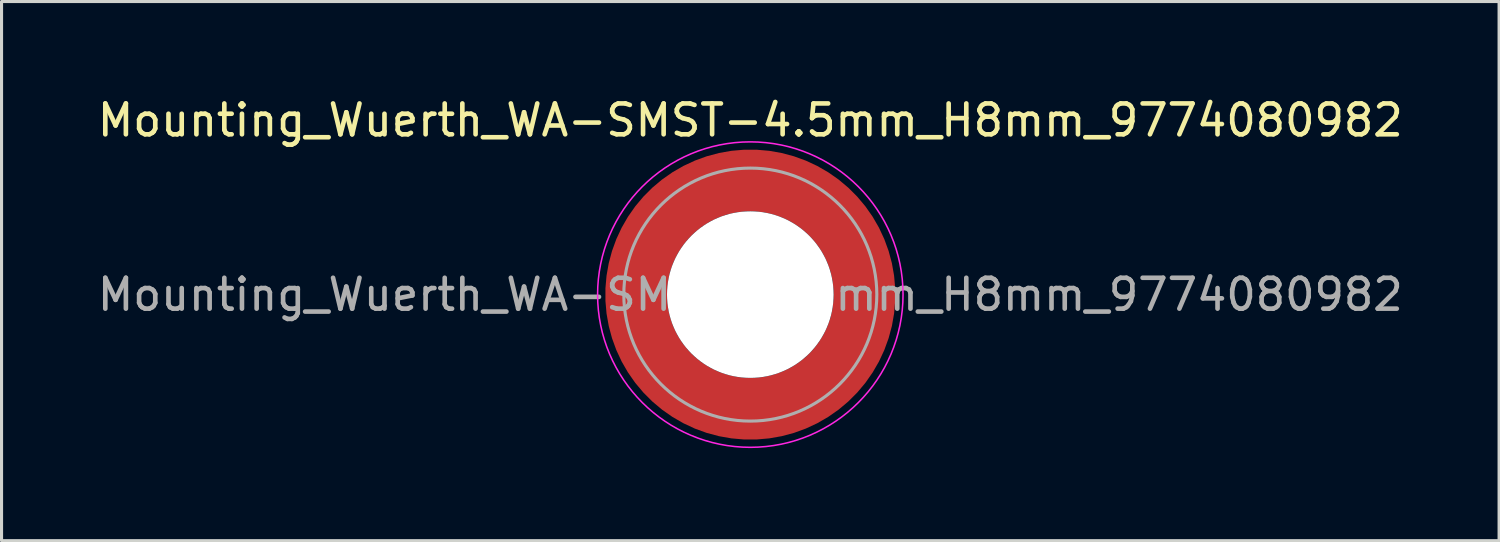
<source format=kicad_pcb>
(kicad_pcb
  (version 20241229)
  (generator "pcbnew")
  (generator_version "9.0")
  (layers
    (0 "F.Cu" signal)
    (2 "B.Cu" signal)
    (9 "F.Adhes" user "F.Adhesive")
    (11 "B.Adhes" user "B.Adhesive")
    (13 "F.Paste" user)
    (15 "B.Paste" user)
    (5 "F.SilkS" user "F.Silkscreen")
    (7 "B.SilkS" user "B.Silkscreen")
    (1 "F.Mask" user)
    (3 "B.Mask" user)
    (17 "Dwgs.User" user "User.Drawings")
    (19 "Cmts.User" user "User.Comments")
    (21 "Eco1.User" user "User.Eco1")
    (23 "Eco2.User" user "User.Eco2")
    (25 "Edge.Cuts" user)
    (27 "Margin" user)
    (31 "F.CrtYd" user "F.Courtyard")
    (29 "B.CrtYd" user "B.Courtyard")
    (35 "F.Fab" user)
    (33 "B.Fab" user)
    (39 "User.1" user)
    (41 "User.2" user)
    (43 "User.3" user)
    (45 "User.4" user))
  (footprint "Mounting_Wuerth_WA-SMST-4.5mm_H8mm_9774080982"
    (layer "F.Cu")
    (at 21.268 6.498)
    (property "Reference" "Mounting_Wuerth_WA-SMST-4.5mm_H8mm_9774080982" (at 0 -5.65 0) (layer "F.SilkS") (effects (font (size 1 1) (thickness 0.15))))
    (attr smd allow_soldermask_bridges)
    (fp_circle (center 0 0) (end 4.95 0) (stroke (width 0.05) (type solid)) (fill no) (layer "F.CrtYd"))
    (fp_circle (center 0 0) (end 4.1 0) (stroke (width 0.1) (type solid)) (fill no) (layer "F.Fab"))
    (fp_text user "${REFERENCE}" (at 0 0 0) (layer "F.Fab") (effects (font (size 1 1) (thickness 0.15))))
    (pad "" smd custom (at -2.607 -2.607) (size 0.948 0.948) (layers "F.Paste") (options (anchor circle)) (primitives (gr_arc (start -0.188183 2.107456) (mid 0.599273 0.599273) (end 2.107456 -0.188183) (width 0.2)) (gr_arc (start -0.289416 2.107456) (mid 0.52877 0.52877) (end 2.107456 -0.289416) (width 0.2)) (gr_arc (start -0.390547 2.107456) (mid 0.458268 0.458268) (end 2.107456 -0.390547) (width 0.2)) (gr_arc (start -0.491585 2.107456) (mid 0.387765 0.387765) (end 2.107456 -0.491585) (width 0.2)) (gr_arc (start -0.59254 2.107456) (mid 0.317262 0.317262) (end 2.107456 -0.59254) (width 0.2)) (gr_arc (start -0.693419 2.107456) (mid 0.246759 0.246759) (end 2.107456 -0.693419) (width 0.2)) (gr_arc (start -0.794229 2.107456) (mid 0.176257 0.176257) (end 2.107456 -0.794229) (width 0.2)) (gr_arc (start -0.894975 2.107456) (mid 0.105754 0.105754) (end 2.107456 -0.894975) (width 0.2)) (gr_arc (start -0.995664 2.107456) (mid 0.035251 0.035251) (end 2.107456 -0.995664) (width 0.2)) (gr_arc (start -1.0963 2.107456) (mid -0.035251 -0.035251) (end 2.107456 -1.0963) (width 0.2)) (gr_arc (start -1.196886 2.107456) (mid -0.105754 -0.105754) (end 2.107456 -1.196886) (width 0.2)) (gr_arc (start -1.297427 2.107456) (mid -0.176257 -0.176257) (end 2.107456 -1.297427) (width 0.2)) (gr_arc (start -1.397927 2.107456) (mid -0.246759 -0.246759) (end 2.107456 -1.397927) (width 0.2)) (gr_arc (start -1.498388 2.107456) (mid -0.317262 -0.317262) (end 2.107456 -1.498388) (width 0.2)) (gr_arc (start -1.598813 2.107456) (mid -0.387765 -0.387765) (end 2.107456 -1.598813) (width 0.2)) (gr_arc (start -1.699204 2.107456) (mid -0.458268 -0.458268) (end 2.107456 -1.699204) (width 0.2)) (gr_arc (start -1.799565 2.107456) (mid -0.52877 -0.52877) (end 2.107456 -1.799565) (width 0.2)) (gr_arc (start -1.899896 2.107456) (mid -0.599273 -0.599273) (end 2.107456 -1.899896) (width 0.2)) (gr_arc (start -1.899896 2.107456) (mid -0.599273 -0.599273) (end 2.107456 -1.899896) (width 0.2)) (gr_line (start 2.107 -0.188) (end 2.107 -1.9) (width 0.2)) (gr_line (start -0.188 2.107) (end -1.9 2.107) (width 0.2))))
    (pad "" smd custom (at -2.607 2.607) (size 0.948 0.948) (layers "F.Paste") (options (anchor circle)) (primitives (gr_arc (start 2.107456 0.188183) (mid 0.599273 -0.599273) (end -0.188183 -2.107456) (width 0.2)) (gr_arc (start 2.107456 0.289416) (mid 0.52877 -0.52877) (end -0.289416 -2.107456) (width 0.2)) (gr_arc (start 2.107456 0.390547) (mid 0.458268 -0.458268) (end -0.390547 -2.107456) (width 0.2)) (gr_arc (start 2.107456 0.491585) (mid 0.387765 -0.387765) (end -0.491585 -2.107456) (width 0.2)) (gr_arc (start 2.107456 0.59254) (mid 0.317262 -0.317262) (end -0.59254 -2.107456) (width 0.2)) (gr_arc (start 2.107456 0.693419) (mid 0.246759 -0.246759) (end -0.693419 -2.107456) (width 0.2)) (gr_arc (start 2.107456 0.794229) (mid 0.176257 -0.176257) (end -0.794229 -2.107456) (width 0.2)) (gr_arc (start 2.107456 0.894975) (mid 0.105754 -0.105754) (end -0.894975 -2.107456) (width 0.2)) (gr_arc (start 2.107456 0.995664) (mid 0.035251 -0.035251) (end -0.995664 -2.107456) (width 0.2)) (gr_arc (start 2.107456 1.0963) (mid -0.035251 0.035251) (end -1.0963 -2.107456) (width 0.2)) (gr_arc (start 2.107456 1.196886) (mid -0.105754 0.105754) (end -1.196886 -2.107456) (width 0.2)) (gr_arc (start 2.107456 1.297427) (mid -0.176257 0.176257) (end -1.297427 -2.107456) (width 0.2)) (gr_arc (start 2.107456 1.397927) (mid -0.246759 0.246759) (end -1.397927 -2.107456) (width 0.2)) (gr_arc (start 2.107456 1.498388) (mid -0.317262 0.317262) (end -1.498388 -2.107456) (width 0.2)) (gr_arc (start 2.107456 1.598813) (mid -0.387765 0.387765) (end -1.598813 -2.107456) (width 0.2)) (gr_arc (start 2.107456 1.699204) (mid -0.458268 0.458268) (end -1.699204 -2.107456) (width 0.2)) (gr_arc (start 2.107456 1.799565) (mid -0.52877 0.52877) (end -1.799565 -2.107456) (width 0.2)) (gr_arc (start 2.107456 1.899896) (mid -0.599273 0.599273) (end -1.899896 -2.107456) (width 0.2)) (gr_arc (start 2.107456 1.899896) (mid -0.599273 0.599273) (end -1.899896 -2.107456) (width 0.2)) (gr_line (start -0.188 -2.107) (end -1.9 -2.107) (width 0.2)) (gr_line (start 2.107 0.188) (end 2.107 1.9) (width 0.2))))
    (pad "" np_thru_hole circle (at 0 0) (size 5.4 5.4) (drill 5.4) (layers "*.Cu" "*.Mask"))
    (pad "" smd custom (at 2.607 -2.607) (size 0.948 0.948) (layers "F.Paste") (options (anchor circle)) (primitives (gr_arc (start -2.107456 -0.188183) (mid -0.599273 0.599273) (end 0.188183 2.107456) (width 0.2)) (gr_arc (start -2.107456 -0.289416) (mid -0.52877 0.52877) (end 0.289416 2.107456) (width 0.2)) (gr_arc (start -2.107456 -0.390547) (mid -0.458268 0.458268) (end 0.390547 2.107456) (width 0.2)) (gr_arc (start -2.107456 -0.491585) (mid -0.387765 0.387765) (end 0.491585 2.107456) (width 0.2)) (gr_arc (start -2.107456 -0.59254) (mid -0.317262 0.317262) (end 0.59254 2.107456) (width 0.2)) (gr_arc (start -2.107456 -0.693419) (mid -0.246759 0.246759) (end 0.693419 2.107456) (width 0.2)) (gr_arc (start -2.107456 -0.794229) (mid -0.176257 0.176257) (end 0.794229 2.107456) (width 0.2)) (gr_arc (start -2.107456 -0.894975) (mid -0.105754 0.105754) (end 0.894975 2.107456) (width 0.2)) (gr_arc (start -2.107456 -0.995664) (mid -0.035251 0.035251) (end 0.995664 2.107456) (width 0.2)) (gr_arc (start -2.107456 -1.0963) (mid 0.035251 -0.035251) (end 1.0963 2.107456) (width 0.2)) (gr_arc (start -2.107456 -1.196886) (mid 0.105754 -0.105754) (end 1.196886 2.107456) (width 0.2)) (gr_arc (start -2.107456 -1.297427) (mid 0.176257 -0.176257) (end 1.297427 2.107456) (width 0.2)) (gr_arc (start -2.107456 -1.397927) (mid 0.246759 -0.246759) (end 1.397927 2.107456) (width 0.2)) (gr_arc (start -2.107456 -1.498388) (mid 0.317262 -0.317262) (end 1.498388 2.107456) (width 0.2)) (gr_arc (start -2.107456 -1.598813) (mid 0.387765 -0.387765) (end 1.598813 2.107456) (width 0.2)) (gr_arc (start -2.107456 -1.699204) (mid 0.458268 -0.458268) (end 1.699204 2.107456) (width 0.2)) (gr_arc (start -2.107456 -1.799565) (mid 0.52877 -0.52877) (end 1.799565 2.107456) (width 0.2)) (gr_arc (start -2.107456 -1.899896) (mid 0.599273 -0.599273) (end 1.899896 2.107456) (width 0.2)) (gr_arc (start -2.107456 -1.899896) (mid 0.599273 -0.599273) (end 1.899896 2.107456) (width 0.2)) (gr_line (start 0.188 2.107) (end 1.9 2.107) (width 0.2)) (gr_line (start -2.107 -0.188) (end -2.107 -1.9) (width 0.2))))
    (pad "" smd custom (at 2.607 2.607) (size 0.948 0.948) (layers "F.Paste") (options (anchor circle)) (primitives (gr_arc (start 0.188183 -2.107456) (mid -0.599273 -0.599273) (end -2.107456 0.188183) (width 0.2)) (gr_arc (start 0.289416 -2.107456) (mid -0.52877 -0.52877) (end -2.107456 0.289416) (width 0.2)) (gr_arc (start 0.390547 -2.107456) (mid -0.458268 -0.458268) (end -2.107456 0.390547) (width 0.2)) (gr_arc (start 0.491585 -2.107456) (mid -0.387765 -0.387765) (end -2.107456 0.491585) (width 0.2)) (gr_arc (start 0.59254 -2.107456) (mid -0.317262 -0.317262) (end -2.107456 0.59254) (width 0.2)) (gr_arc (start 0.693419 -2.107456) (mid -0.246759 -0.246759) (end -2.107456 0.693419) (width 0.2)) (gr_arc (start 0.794229 -2.107456) (mid -0.176257 -0.176257) (end -2.107456 0.794229) (width 0.2)) (gr_arc (start 0.894975 -2.107456) (mid -0.105754 -0.105754) (end -2.107456 0.894975) (width 0.2)) (gr_arc (start 0.995664 -2.107456) (mid -0.035251 -0.035251) (end -2.107456 0.995664) (width 0.2)) (gr_arc (start 1.0963 -2.107456) (mid 0.035251 0.035251) (end -2.107456 1.0963) (width 0.2)) (gr_arc (start 1.196886 -2.107456) (mid 0.105754 0.105754) (end -2.107456 1.196886) (width 0.2)) (gr_arc (start 1.297427 -2.107456) (mid 0.176257 0.176257) (end -2.107456 1.297427) (width 0.2)) (gr_arc (start 1.397927 -2.107456) (mid 0.246759 0.246759) (end -2.107456 1.397927) (width 0.2)) (gr_arc (start 1.498388 -2.107456) (mid 0.317262 0.317262) (end -2.107456 1.498388) (width 0.2)) (gr_arc (start 1.598813 -2.107456) (mid 0.387765 0.387765) (end -2.107456 1.598813) (width 0.2)) (gr_arc (start 1.699204 -2.107456) (mid 0.458268 0.458268) (end -2.107456 1.699204) (width 0.2)) (gr_arc (start 1.799565 -2.107456) (mid 0.52877 0.52877) (end -2.107456 1.799565) (width 0.2)) (gr_arc (start 1.899896 -2.107456) (mid 0.599273 0.599273) (end -2.107456 1.899896) (width 0.2)) (gr_arc (start 1.899896 -2.107456) (mid 0.599273 0.599273) (end -2.107456 1.899896) (width 0.2)) (gr_line (start -2.107 0.188) (end -2.107 1.9) (width 0.2)) (gr_line (start 0.188 -2.107) (end 1.9 -2.107) (width 0.2))))
    (pad "1" smd circle (at -3.7 0) (size 1.492 1.492) (layers "F.Cu"))
    (pad "1" smd circle (at 0 -3.7) (size 1.492 1.492) (layers "F.Cu"))
    (pad "1" smd circle (at 0 3.7) (size 1.492 1.492) (layers "F.Cu"))
    (pad "1" smd custom (at 3.7 0) (size 2 2) (layers "F.Cu" "F.Mask") (options (anchor circle)) (primitives (gr_circle (center -3.7 0) (end 0 0) (width 2) (fill no)))))
  (gr_rect
    (start -3 -3)
    (end 45.536 14.473)
    (stroke (width 0.1) (type default))
    (fill no)
    (layer "Edge.Cuts")))
</source>
